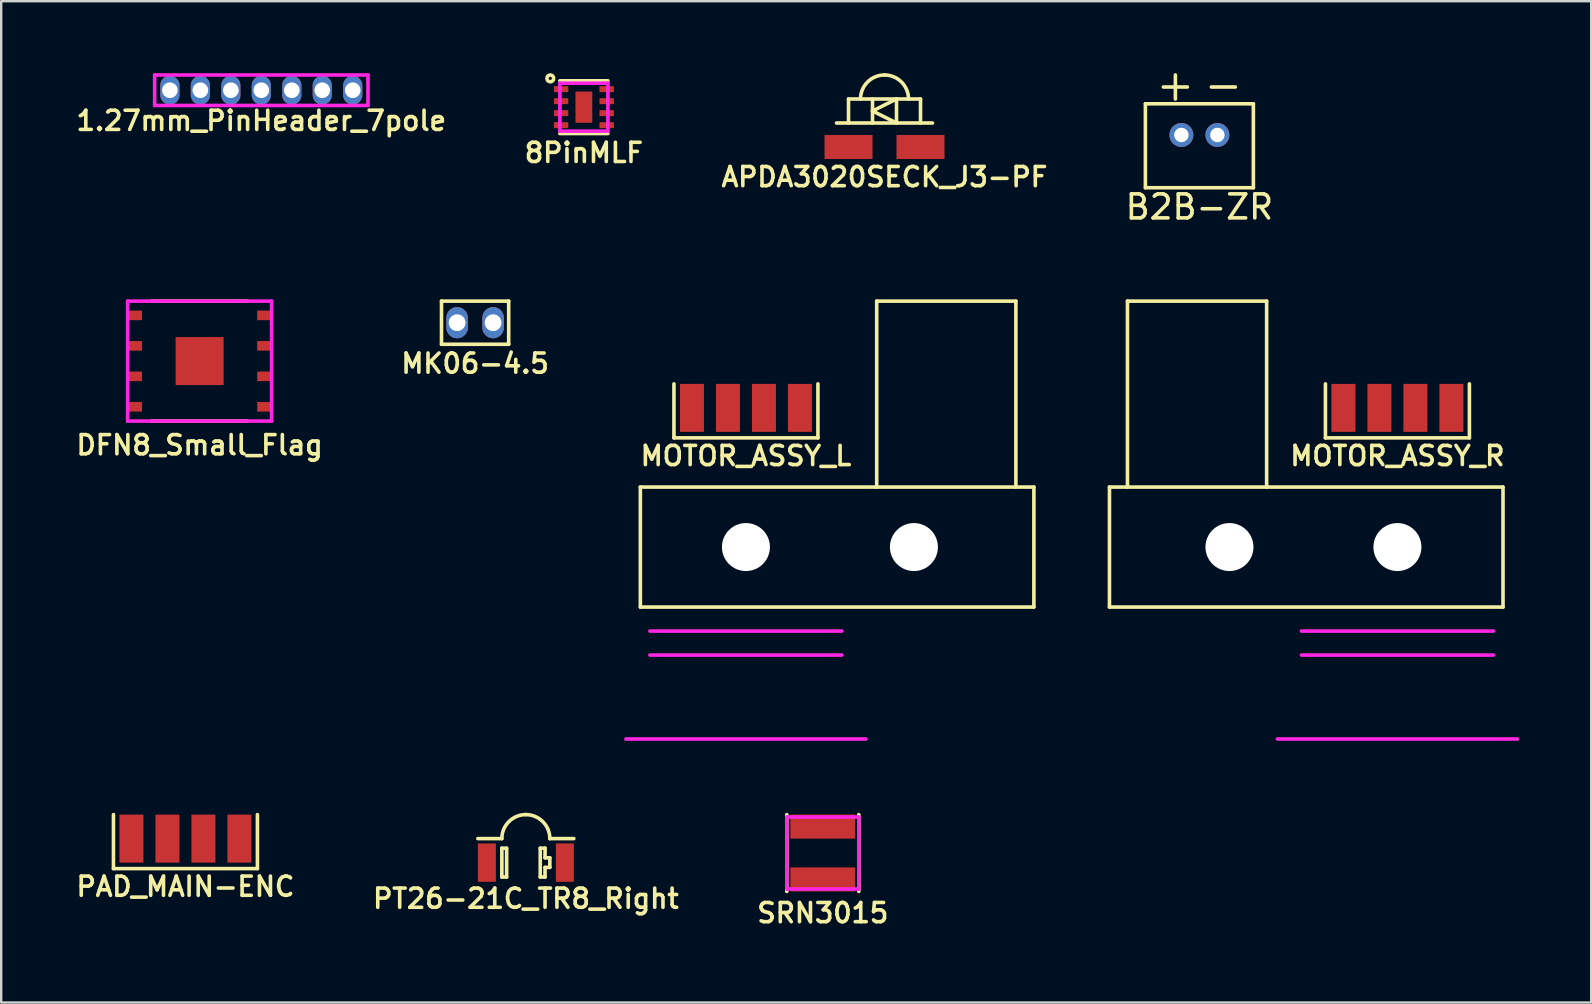
<source format=kicad_pcb>
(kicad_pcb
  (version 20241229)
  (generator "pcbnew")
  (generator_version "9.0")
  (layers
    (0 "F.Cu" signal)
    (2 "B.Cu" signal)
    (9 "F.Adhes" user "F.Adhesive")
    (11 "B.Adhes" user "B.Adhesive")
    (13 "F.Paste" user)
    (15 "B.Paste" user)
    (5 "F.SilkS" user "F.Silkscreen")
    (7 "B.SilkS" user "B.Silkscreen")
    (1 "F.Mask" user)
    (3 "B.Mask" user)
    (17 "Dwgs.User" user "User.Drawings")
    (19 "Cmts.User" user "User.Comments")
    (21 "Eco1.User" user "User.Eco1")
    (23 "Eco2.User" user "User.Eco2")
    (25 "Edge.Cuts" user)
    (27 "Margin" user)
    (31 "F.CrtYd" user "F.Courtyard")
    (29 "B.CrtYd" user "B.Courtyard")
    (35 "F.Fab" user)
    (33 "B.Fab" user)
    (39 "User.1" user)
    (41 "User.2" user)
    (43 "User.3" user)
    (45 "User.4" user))
  (footprint "MK06-4.5"
    (layer "F.Cu")
    (at 16.749 10.398)
    (property "Reference" "MK06-4.5" (at 0 1.7 0) (layer "F.SilkS") (effects (font (size 0.8 0.8) (thickness 0.15))))
    (attr through_hole)
    (fp_line (start -1.4 0.9) (end -1.4 -0.9) (stroke (width 0.15) (type solid)) (layer "F.SilkS"))
    (fp_line (start -1.4 0.9) (end 1.4 0.9) (stroke (width 0.15) (type solid)) (layer "F.SilkS"))
    (fp_line (start 1.4 -0.9) (end -1.4 -0.9) (stroke (width 0.15) (type solid)) (layer "F.SilkS"))
    (fp_line (start 1.4 -0.9) (end 1.4 0.9) (stroke (width 0.15) (type solid)) (layer "F.SilkS"))
    (pad "1" thru_hole oval (at -0.75 0) (size 0.9 1.3) (drill 0.7) (layers "*.Cu" "*.Mask"))
    (pad "2" thru_hole oval (at 0.75 0) (size 0.9 1.3) (drill 0.7) (layers "*.Cu" "*.Mask")))
  (footprint "SRN3015"
    (layer "F.Cu")
    (at 31.239 32.498)
    (property "Reference" "SRN3015" (at 0 2.5 0) (layer "F.SilkS") (effects (font (size 0.8 0.8) (thickness 0.15))))
    (attr through_hole)
    (fp_line (start -1.5 -1.6) (end -1.5 1.6) (stroke (width 0.15) (type solid)) (layer "F.SilkS"))
    (fp_line (start 1.5 -1.6) (end 1.5 1.6) (stroke (width 0.15) (type solid)) (layer "F.SilkS"))
    (fp_line (start -1.5 -1.5) (end -1.5 1.5) (stroke (width 0.15) (type solid)) (layer "F.CrtYd"))
    (fp_line (start -1.5 1.5) (end 1.5 1.5) (stroke (width 0.15) (type solid)) (layer "F.CrtYd"))
    (fp_line (start 1.5 -1.5) (end -1.5 -1.5) (stroke (width 0.15) (type solid)) (layer "F.CrtYd"))
    (fp_line (start 1.5 1.5) (end 1.5 -1.5) (stroke (width 0.15) (type solid)) (layer "F.CrtYd"))
    (pad "1" smd rect (at 0 -1.1) (size 2.7 1) (layers "F.Cu" "F.Mask" "F.Paste"))
    (pad "2" smd rect (at 0 1.1) (size 2.7 1) (layers "F.Cu" "F.Mask" "F.Paste")))
  (footprint "1.27mm_PinHeader_7pole"
    (layer "F.Cu")
    (at 7.84 0.71)
    (property "Reference" "1.27mm_PinHeader_7pole" (at 0 1.27 0) (layer "F.SilkS") (effects (font (size 0.8 0.8) (thickness 0.15))))
    (attr through_hole)
    (fp_line (start -4.445 -0.635) (end -4.445 0.635) (stroke (width 0.15) (type solid)) (layer "F.CrtYd"))
    (fp_line (start -4.445 0.635) (end 4.445 0.635) (stroke (width 0.15) (type solid)) (layer "F.CrtYd"))
    (fp_line (start 4.445 -0.635) (end -4.445 -0.635) (stroke (width 0.15) (type solid)) (layer "F.CrtYd"))
    (fp_line (start 4.445 0.635) (end 4.445 -0.635) (stroke (width 0.15) (type solid)) (layer "F.CrtYd"))
    (pad "1" thru_hole oval (at -3.81 0) (size 0.8 1.2) (drill 0.65) (layers "*.Cu" "*.Mask"))
    (pad "2" thru_hole oval (at -2.54 0) (size 0.8 1.2) (drill 0.65) (layers "*.Cu" "*.Mask"))
    (pad "3" thru_hole oval (at -1.27 0) (size 0.8 1.2) (drill 0.65) (layers "*.Cu" "*.Mask"))
    (pad "4" thru_hole oval (at 0 0) (size 0.8 1.2) (drill 0.65) (layers "*.Cu" "*.Mask"))
    (pad "5" thru_hole oval (at 1.27 0) (size 0.8 1.2) (drill 0.65) (layers "*.Cu" "*.Mask"))
    (pad "6" thru_hole oval (at 2.54 0) (size 0.8 1.2) (drill 0.65) (layers "*.Cu" "*.Mask"))
    (pad "7" thru_hole oval (at 3.81 0) (size 0.8 1.2) (drill 0.65) (layers "*.Cu" "*.Mask")))
  (footprint "PT26-21C_TR8_Right"
    (layer "F.Cu")
    (at 18.864 32.898)
    (property "Reference" "PT26-21C_TR8_Right" (at 0 1.5 0) (layer "F.SilkS") (effects (font (size 0.8 0.8) (thickness 0.15))))
    (attr through_hole)
    (fp_line (start -2 -1) (end -1 -1) (stroke (width 0.15) (type solid)) (layer "F.SilkS"))
    (fp_line (start -1 -0.6) (end -1 0.6) (stroke (width 0.15) (type solid)) (layer "F.SilkS"))
    (fp_line (start -1 0.6) (end -0.8 0.6) (stroke (width 0.15) (type solid)) (layer "F.SilkS"))
    (fp_line (start -0.8 -0.6) (end -1 -0.6) (stroke (width 0.15) (type solid)) (layer "F.SilkS"))
    (fp_line (start -0.8 0.6) (end -0.8 -0.6) (stroke (width 0.15) (type solid)) (layer "F.SilkS"))
    (fp_line (start 0.6 -0.6) (end 0.8 -0.6) (stroke (width 0.15) (type solid)) (layer "F.SilkS"))
    (fp_line (start 0.6 0.6) (end 0.6 -0.6) (stroke (width 0.15) (type solid)) (layer "F.SilkS"))
    (fp_line (start 0.8 -0.6) (end 0.8 -0.2) (stroke (width 0.15) (type solid)) (layer "F.SilkS"))
    (fp_line (start 0.8 -0.2) (end 1 -0.2) (stroke (width 0.15) (type solid)) (layer "F.SilkS"))
    (fp_line (start 0.8 0.2) (end 0.8 0.6) (stroke (width 0.15) (type solid)) (layer "F.SilkS"))
    (fp_line (start 0.8 0.6) (end 0.6 0.6) (stroke (width 0.15) (type solid)) (layer "F.SilkS"))
    (fp_line (start 1 -1) (end 2 -1) (stroke (width 0.15) (type solid)) (layer "F.SilkS"))
    (fp_line (start 1 -0.2) (end 1 0.2) (stroke (width 0.15) (type solid)) (layer "F.SilkS"))
    (fp_line (start 1 0.2) (end 0.8 0.2) (stroke (width 0.15) (type solid)) (layer "F.SilkS"))
    (fp_arc (start -1 -1) (mid -0.707107 -1.707107) (end 0 -2) (stroke (width 0.15) (type solid)) (layer "F.SilkS"))
    (fp_arc (start 0 -2) (mid 0.707107 -1.707107) (end 1 -1) (stroke (width 0.15) (type solid)) (layer "F.SilkS"))
    (pad "1" smd rect (at -1.625 0) (size 0.75 1.6) (layers "F.Cu" "F.Mask" "F.Paste"))
    (pad "2" smd rect (at 1.625 0) (size 0.75 1.6) (layers "F.Cu" "F.Mask" "F.Paste")))
  (footprint "MOTOR_ASSY_L"
    (layer "F.Cu")
    (at 28.036 14.948)
    (property "Reference" "MOTOR_ASSY_L" (at 0 1 0) (layer "F.SilkS") (effects (font (size 0.8 0.8) (thickness 0.15))))
    (attr through_hole)
    (fp_line (start -4.4 2.3) (end -4.4 7.3) (stroke (width 0.15) (type solid)) (layer "F.SilkS"))
    (fp_line (start -4.4 2.3) (end 12 2.3) (stroke (width 0.15) (type solid)) (layer "F.SilkS"))
    (fp_line (start -4.4 7.3) (end 12 7.3) (stroke (width 0.15) (type solid)) (layer "F.SilkS"))
    (fp_line (start -3 -2) (end -3 0.25) (stroke (width 0.15) (type solid)) (layer "F.SilkS"))
    (fp_line (start -3 0.25) (end 3 0.25) (stroke (width 0.15) (type solid)) (layer "F.SilkS"))
    (fp_line (start 3 0.25) (end 3 -2) (stroke (width 0.15) (type solid)) (layer "F.SilkS"))
    (fp_line (start 5.45 -5.45) (end 5.45 2.3) (stroke (width 0.15) (type solid)) (layer "F.SilkS"))
    (fp_line (start 11.25 -5.45) (end 5.45 -5.45) (stroke (width 0.15) (type solid)) (layer "F.SilkS"))
    (fp_line (start 11.25 -5.45) (end 11.25 2.3) (stroke (width 0.15) (type solid)) (layer "F.SilkS"))
    (fp_line (start 12 7.3) (end 12 2.3) (stroke (width 0.15) (type solid)) (layer "F.SilkS"))
    (fp_line (start -5 12.8) (end 5 12.8) (stroke (width 0.15) (type solid)) (layer "F.CrtYd"))
    (fp_line (start -4 8.3) (end 4 8.3) (stroke (width 0.15) (type solid)) (layer "F.CrtYd"))
    (fp_line (start 4 9.3) (end -4 9.3) (stroke (width 0.15) (type solid)) (layer "F.CrtYd"))
    (pad "" np_thru_hole circle (at 0 4.8) (size 2 2) (drill 2) (layers "*.Cu" "*.Mask"))
    (pad "" np_thru_hole circle (at 7 4.8) (size 2 2) (drill 2) (layers "*.Cu" "*.Mask"))
    (pad "1" smd rect (at -2.25 -1) (size 1 2) (layers "F.Cu" "F.Mask" "F.Paste"))
    (pad "2" smd rect (at -0.75 -1) (size 1 2) (layers "F.Cu" "F.Mask" "F.Paste"))
    (pad "3" smd rect (at 0.75 -1) (size 1 2) (layers "F.Cu" "F.Mask" "F.Paste"))
    (pad "4" smd rect (at 2.25 -1) (size 1 2) (layers "F.Cu" "F.Mask" "F.Paste")))
  (footprint "DFN8_Small_Flag"
    (layer "F.Cu")
    (at 5.269 11.998)
    (property "Reference" "DFN8_Small_Flag" (at 0 3.5 0) (layer "F.SilkS") (effects (font (size 0.8 0.8) (thickness 0.15))))
    (attr through_hole)
    (fp_line (start -2 -2.5) (end 2 -2.5) (stroke (width 0.15) (type solid)) (layer "F.SilkS"))
    (fp_line (start 2 2.5) (end -2 2.5) (stroke (width 0.15) (type solid)) (layer "F.SilkS"))
    (fp_line (start -3 -2.5) (end 3 -2.5) (stroke (width 0.15) (type solid)) (layer "F.CrtYd"))
    (fp_line (start -3 2.5) (end -3 -2.5) (stroke (width 0.15) (type solid)) (layer "F.CrtYd"))
    (fp_line (start 3 -2.5) (end 3 2.5) (stroke (width 0.15) (type solid)) (layer "F.CrtYd"))
    (fp_line (start 3 2.5) (end -3 2.5) (stroke (width 0.15) (type solid)) (layer "F.CrtYd"))
    (pad "1" smd rect (at -2.7 -1.905) (size 0.6 0.4) (layers "F.Cu" "F.Mask" "F.Paste"))
    (pad "2" smd rect (at -2.7 -0.635) (size 0.6 0.4) (layers "F.Cu" "F.Mask" "F.Paste"))
    (pad "3" smd rect (at -2.7 0.635) (size 0.6 0.4) (layers "F.Cu" "F.Mask" "F.Paste"))
    (pad "4" smd rect (at -2.7 1.905) (size 0.6 0.4) (layers "F.Cu" "F.Mask" "F.Paste"))
    (pad "5" smd rect (at 2.7 1.905) (size 0.6 0.4) (layers "F.Cu" "F.Mask" "F.Paste"))
    (pad "6" smd rect (at 2.7 0.635) (size 0.6 0.4) (layers "F.Cu" "F.Mask" "F.Paste"))
    (pad "7" smd rect (at 2.7 -0.635) (size 0.6 0.4) (layers "F.Cu" "F.Mask" "F.Paste"))
    (pad "8" smd rect (at 2.7 -1.905) (size 0.6 0.4) (layers "F.Cu" "F.Mask" "F.Paste"))
    (pad "9" smd rect (at 0 0) (size 2 2) (layers "F.Cu" "F.Mask" "F.Paste")))
  (footprint "B2B-ZR"
    (layer "F.Cu")
    (at 46.933 2.575)
    (property "Reference" "B2B-ZR" (at 0 3 0) (layer "F.SilkS") (effects (font (size 1 1) (thickness 0.15))))
    (attr through_hole)
    (fp_line (start -2.25 -1.3) (end 2.25 -1.3) (stroke (width 0.15) (type solid)) (layer "F.SilkS"))
    (fp_line (start -2.25 2.2) (end -2.25 -1.3) (stroke (width 0.15) (type solid)) (layer "F.SilkS"))
    (fp_line (start -2.25 2.2) (end 2.25 2.2) (stroke (width 0.15) (type solid)) (layer "F.SilkS"))
    (fp_line (start -1.5 -2) (end -0.5 -2) (stroke (width 0.15) (type solid)) (layer "F.SilkS"))
    (fp_line (start -1 -2.5) (end -1 -1.5) (stroke (width 0.15) (type solid)) (layer "F.SilkS"))
    (fp_line (start 0.5 -2) (end 1.5 -2) (stroke (width 0.15) (type solid)) (layer "F.SilkS"))
    (fp_line (start 2.25 -1.3) (end 2.25 2.2) (stroke (width 0.15) (type solid)) (layer "F.SilkS"))
    (pad "1" thru_hole circle (at -0.75 0) (size 1 1) (drill 0.6) (layers "*.Cu" "*.Mask"))
    (pad "2" thru_hole circle (at 0.75 0) (size 1 1) (drill 0.6) (layers "*.Cu" "*.Mask")))
  (footprint "8PinMLF"
    (layer "F.Cu")
    (at 21.283 1.416)
    (property "Reference" "8PinMLF" (at 0 1.9 0) (layer "F.SilkS") (effects (font (size 0.8 0.8) (thickness 0.15))))
    (attr through_hole)
    (fp_line (start -1 -1.1) (end 1 -1.1) (stroke (width 0.15) (type solid)) (layer "F.SilkS"))
    (fp_line (start -1 1.1) (end 1 1.1) (stroke (width 0.15) (type solid)) (layer "F.SilkS"))
    (fp_circle (center -1.4 -1.2) (end -1.3 -1.1) (stroke (width 0.15) (type solid)) (fill no) (layer "F.SilkS"))
    (fp_line (start -1 -1) (end 1 -1) (stroke (width 0.15) (type solid)) (layer "F.CrtYd"))
    (fp_line (start -1 1) (end -1 -1) (stroke (width 0.15) (type solid)) (layer "F.CrtYd"))
    (fp_line (start 1 -1) (end 1 1) (stroke (width 0.15) (type solid)) (layer "F.CrtYd"))
    (fp_line (start 1 1) (end -1 1) (stroke (width 0.15) (type solid)) (layer "F.CrtYd"))
    (pad "1" smd rect (at -0.95 -0.75) (size 0.6 0.25) (layers "F.Cu" "F.Mask" "F.Paste"))
    (pad "2" smd rect (at -0.95 -0.25) (size 0.6 0.25) (layers "F.Cu" "F.Mask" "F.Paste"))
    (pad "3" smd rect (at -0.95 0.25) (size 0.6 0.25) (layers "F.Cu" "F.Mask" "F.Paste"))
    (pad "4" smd rect (at -0.95 0.75) (size 0.6 0.25) (layers "F.Cu" "F.Mask" "F.Paste"))
    (pad "5" smd rect (at 0.95 0.75) (size 0.6 0.25) (layers "F.Cu" "F.Mask" "F.Paste"))
    (pad "6" smd rect (at 0.95 0.25) (size 0.6 0.25) (layers "F.Cu" "F.Mask" "F.Paste"))
    (pad "7" smd rect (at 0.95 -0.25) (size 0.6 0.25) (layers "F.Cu" "F.Mask" "F.Paste"))
    (pad "8" smd rect (at 0.95 -0.75) (size 0.6 0.25) (layers "F.Cu" "F.Mask" "F.Paste"))
    (pad "9" smd rect (at 0 0) (size 0.7 1.3) (layers "F.Cu" "F.Mask" "F.Paste")))
  (footprint "PAD_MAIN-ENC"
    (layer "F.Cu")
    (at 4.678 31.898)
    (property "Reference" "PAD_MAIN-ENC" (at 0 2 0) (layer "F.SilkS") (effects (font (size 0.8 0.8) (thickness 0.15))))
    (attr through_hole)
    (fp_line (start -3 -1) (end -3 1.25) (stroke (width 0.15) (type solid)) (layer "F.SilkS"))
    (fp_line (start -3 1.25) (end 3 1.25) (stroke (width 0.15) (type solid)) (layer "F.SilkS"))
    (fp_line (start 3 1.25) (end 3 -1) (stroke (width 0.15) (type solid)) (layer "F.SilkS"))
    (pad "1" smd rect (at -2.25 0) (size 1 2) (layers "F.Cu" "F.Mask" "F.Paste"))
    (pad "2" smd rect (at -0.75 0) (size 1 2) (layers "F.Cu" "F.Mask" "F.Paste"))
    (pad "3" smd rect (at 0.75 0) (size 1 2) (layers "F.Cu" "F.Mask" "F.Paste"))
    (pad "4" smd rect (at 2.25 0) (size 1 2) (layers "F.Cu" "F.Mask" "F.Paste")))
  (footprint "MOTOR_ASSY_R"
    (layer "F.Cu")
    (at 55.186 14.948)
    (property "Reference" "MOTOR_ASSY_R" (at 0 1 0) (layer "F.SilkS") (effects (font (size 0.8 0.8) (thickness 0.15))))
    (attr through_hole)
    (fp_line (start -12 7.3) (end -12 2.3) (stroke (width 0.15) (type solid)) (layer "F.SilkS"))
    (fp_line (start -11.25 -5.45) (end -11.25 2.3) (stroke (width 0.15) (type solid)) (layer "F.SilkS"))
    (fp_line (start -11.25 -5.45) (end -5.45 -5.45) (stroke (width 0.15) (type solid)) (layer "F.SilkS"))
    (fp_line (start -5.45 -5.45) (end -5.45 2.3) (stroke (width 0.15) (type solid)) (layer "F.SilkS"))
    (fp_line (start -3 -2) (end -3 0.25) (stroke (width 0.15) (type solid)) (layer "F.SilkS"))
    (fp_line (start -3 0.25) (end 3 0.25) (stroke (width 0.15) (type solid)) (layer "F.SilkS"))
    (fp_line (start 3 0.25) (end 3 -2) (stroke (width 0.15) (type solid)) (layer "F.SilkS"))
    (fp_line (start 4.4 2.3) (end -12 2.3) (stroke (width 0.15) (type solid)) (layer "F.SilkS"))
    (fp_line (start 4.4 2.3) (end 4.4 7.3) (stroke (width 0.15) (type solid)) (layer "F.SilkS"))
    (fp_line (start 4.4 7.3) (end -12 7.3) (stroke (width 0.15) (type solid)) (layer "F.SilkS"))
    (fp_line (start -5 12.8) (end 5 12.8) (stroke (width 0.15) (type solid)) (layer "F.CrtYd"))
    (fp_line (start -4 8.3) (end 4 8.3) (stroke (width 0.15) (type solid)) (layer "F.CrtYd"))
    (fp_line (start 4 9.3) (end -4 9.3) (stroke (width 0.15) (type solid)) (layer "F.CrtYd"))
    (pad "" np_thru_hole circle (at -7 4.8) (size 2 2) (drill 2) (layers "*.Cu" "*.Mask"))
    (pad "" np_thru_hole circle (at 0 4.8) (size 2 2) (drill 2) (layers "*.Cu" "*.Mask"))
    (pad "1" smd rect (at -2.25 -1) (size 1 2) (layers "F.Cu" "F.Mask" "F.Paste"))
    (pad "2" smd rect (at -0.75 -1) (size 1 2) (layers "F.Cu" "F.Mask" "F.Paste"))
    (pad "3" smd rect (at 0.75 -1) (size 1 2) (layers "F.Cu" "F.Mask" "F.Paste"))
    (pad "4" smd rect (at 2.25 -1) (size 1 2) (layers "F.Cu" "F.Mask" "F.Paste")))
  (footprint "APDA3020SECK_J3-PF"
    (layer "F.Cu")
    (at 33.811 3.075)
    (property "Reference" "APDA3020SECK_J3-PF" (at 0 1.25 0) (layer "F.SilkS") (effects (font (size 0.8 0.8) (thickness 0.15))))
    (attr through_hole)
    (fp_line (start -2 -1) (end 2 -1) (stroke (width 0.15) (type solid)) (layer "F.SilkS"))
    (fp_line (start -1.5 -2) (end 1.5 -2) (stroke (width 0.15) (type solid)) (layer "F.SilkS"))
    (fp_line (start -1.5 -1) (end -1.5 -2) (stroke (width 0.15) (type solid)) (layer "F.SilkS"))
    (fp_line (start -0.5 -2) (end -0.5 -1) (stroke (width 0.15) (type solid)) (layer "F.SilkS"))
    (fp_line (start -0.5 -1.5) (end 0.5 -1) (stroke (width 0.15) (type solid)) (layer "F.SilkS"))
    (fp_line (start 0.5 -2) (end -0.5 -1.5) (stroke (width 0.15) (type solid)) (layer "F.SilkS"))
    (fp_line (start 0.5 -1) (end 0.5 -2) (stroke (width 0.15) (type solid)) (layer "F.SilkS"))
    (fp_line (start 1.5 -2) (end 1.5 -1) (stroke (width 0.15) (type solid)) (layer "F.SilkS"))
    (fp_arc (start -1 -2) (mid -0.707107 -2.707107) (end 0 -3) (stroke (width 0.15) (type solid)) (layer "F.SilkS"))
    (fp_arc (start 0 -3) (mid 0.707107 -2.707107) (end 1 -2) (stroke (width 0.15) (type solid)) (layer "F.SilkS"))
    (pad "1" smd rect (at -1.5 0) (size 2 1) (layers "F.Cu" "F.Mask" "F.Paste"))
    (pad "2" smd rect (at 1.5 0) (size 2 1) (layers "F.Cu" "F.Mask" "F.Paste")))
  (gr_rect
    (start -3 -3)
    (end 63.261 38.73)
    (stroke (width 0.1) (type default))
    (fill no)
    (layer "Edge.Cuts")))
</source>
